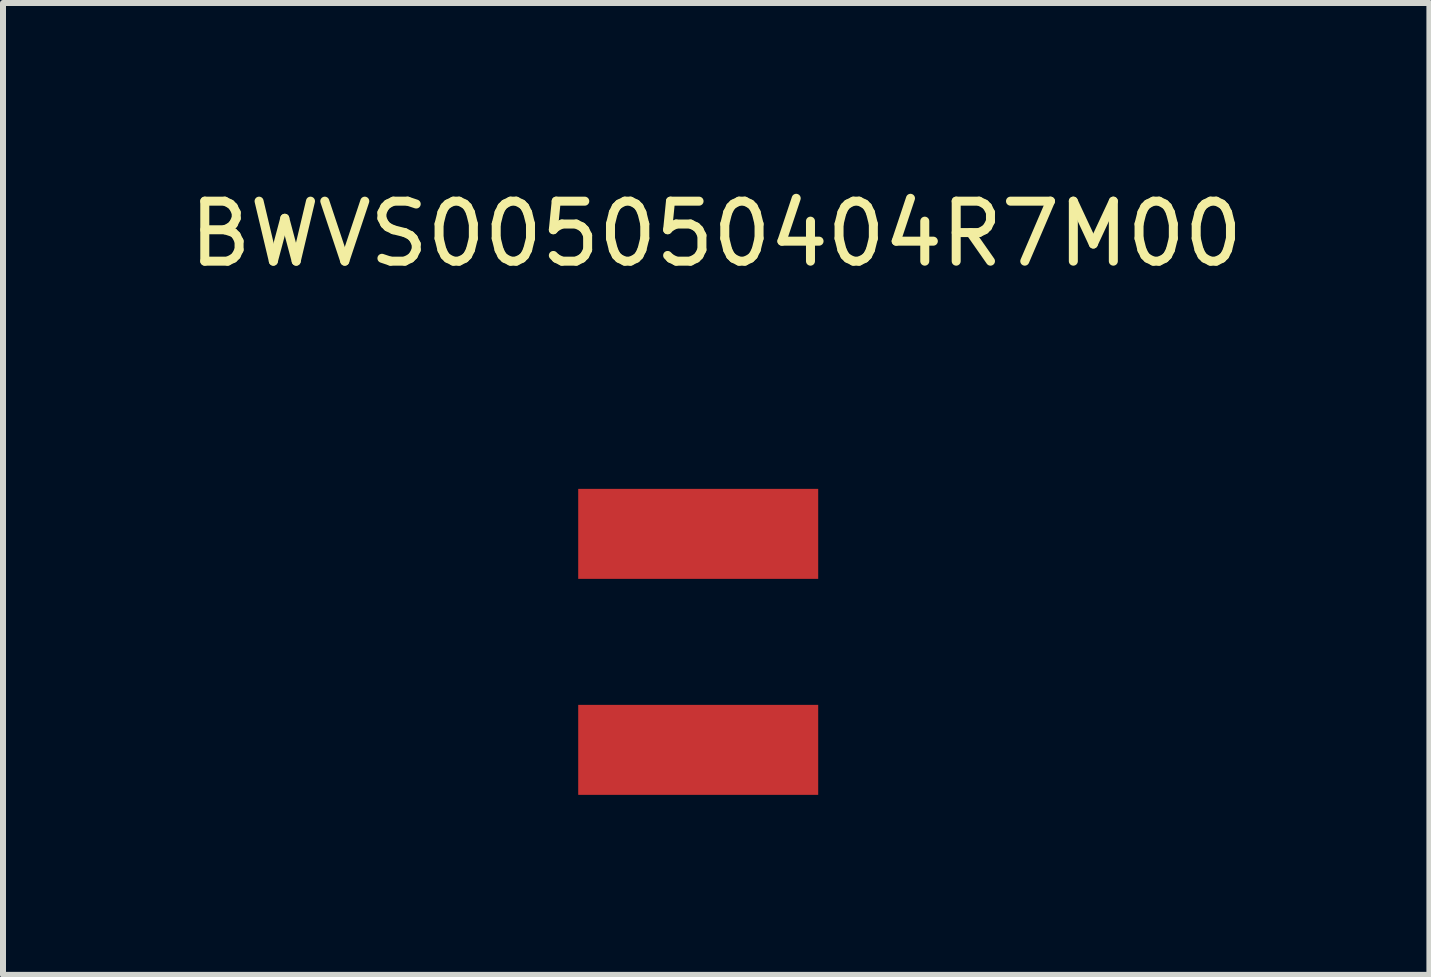
<source format=kicad_pcb>
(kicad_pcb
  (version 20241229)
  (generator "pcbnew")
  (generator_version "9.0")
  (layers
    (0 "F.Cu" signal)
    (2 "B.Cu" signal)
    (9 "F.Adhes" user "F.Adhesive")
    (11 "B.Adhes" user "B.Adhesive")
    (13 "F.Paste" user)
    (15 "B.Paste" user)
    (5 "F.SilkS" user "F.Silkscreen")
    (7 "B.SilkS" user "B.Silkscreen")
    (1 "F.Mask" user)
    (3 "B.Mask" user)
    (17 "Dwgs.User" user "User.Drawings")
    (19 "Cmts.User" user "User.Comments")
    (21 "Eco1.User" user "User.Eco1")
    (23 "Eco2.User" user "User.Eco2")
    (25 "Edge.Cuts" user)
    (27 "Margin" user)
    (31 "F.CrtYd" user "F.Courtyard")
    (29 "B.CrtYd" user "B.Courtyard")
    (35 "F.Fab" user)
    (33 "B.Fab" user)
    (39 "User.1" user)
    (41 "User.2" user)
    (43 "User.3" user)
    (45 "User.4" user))
  (footprint "BWVS005050404R7M00"
    (layer "F.Cu")
    (at 8.587 7.198)
    (property "Reference" "BWVS005050404R7M00" (at 0.3 -6.35 0) (unlocked yes) (layer "F.SilkS") (effects (font (size 1 1) (thickness 0.15))))
    (attr smd)
    (pad "1" smd rect (at 0 -1.35) (size 4 1.5) (layers "F.Cu" "F.Mask" "F.Paste"))
    (pad "2" smd rect (at 0 2.25) (size 4 1.5) (layers "F.Cu" "F.Mask" "F.Paste")))
  (gr_rect
    (start -3 -3)
    (end 20.774 13.198)
    (stroke (width 0.1) (type default))
    (fill no)
    (layer "Edge.Cuts")))
</source>
